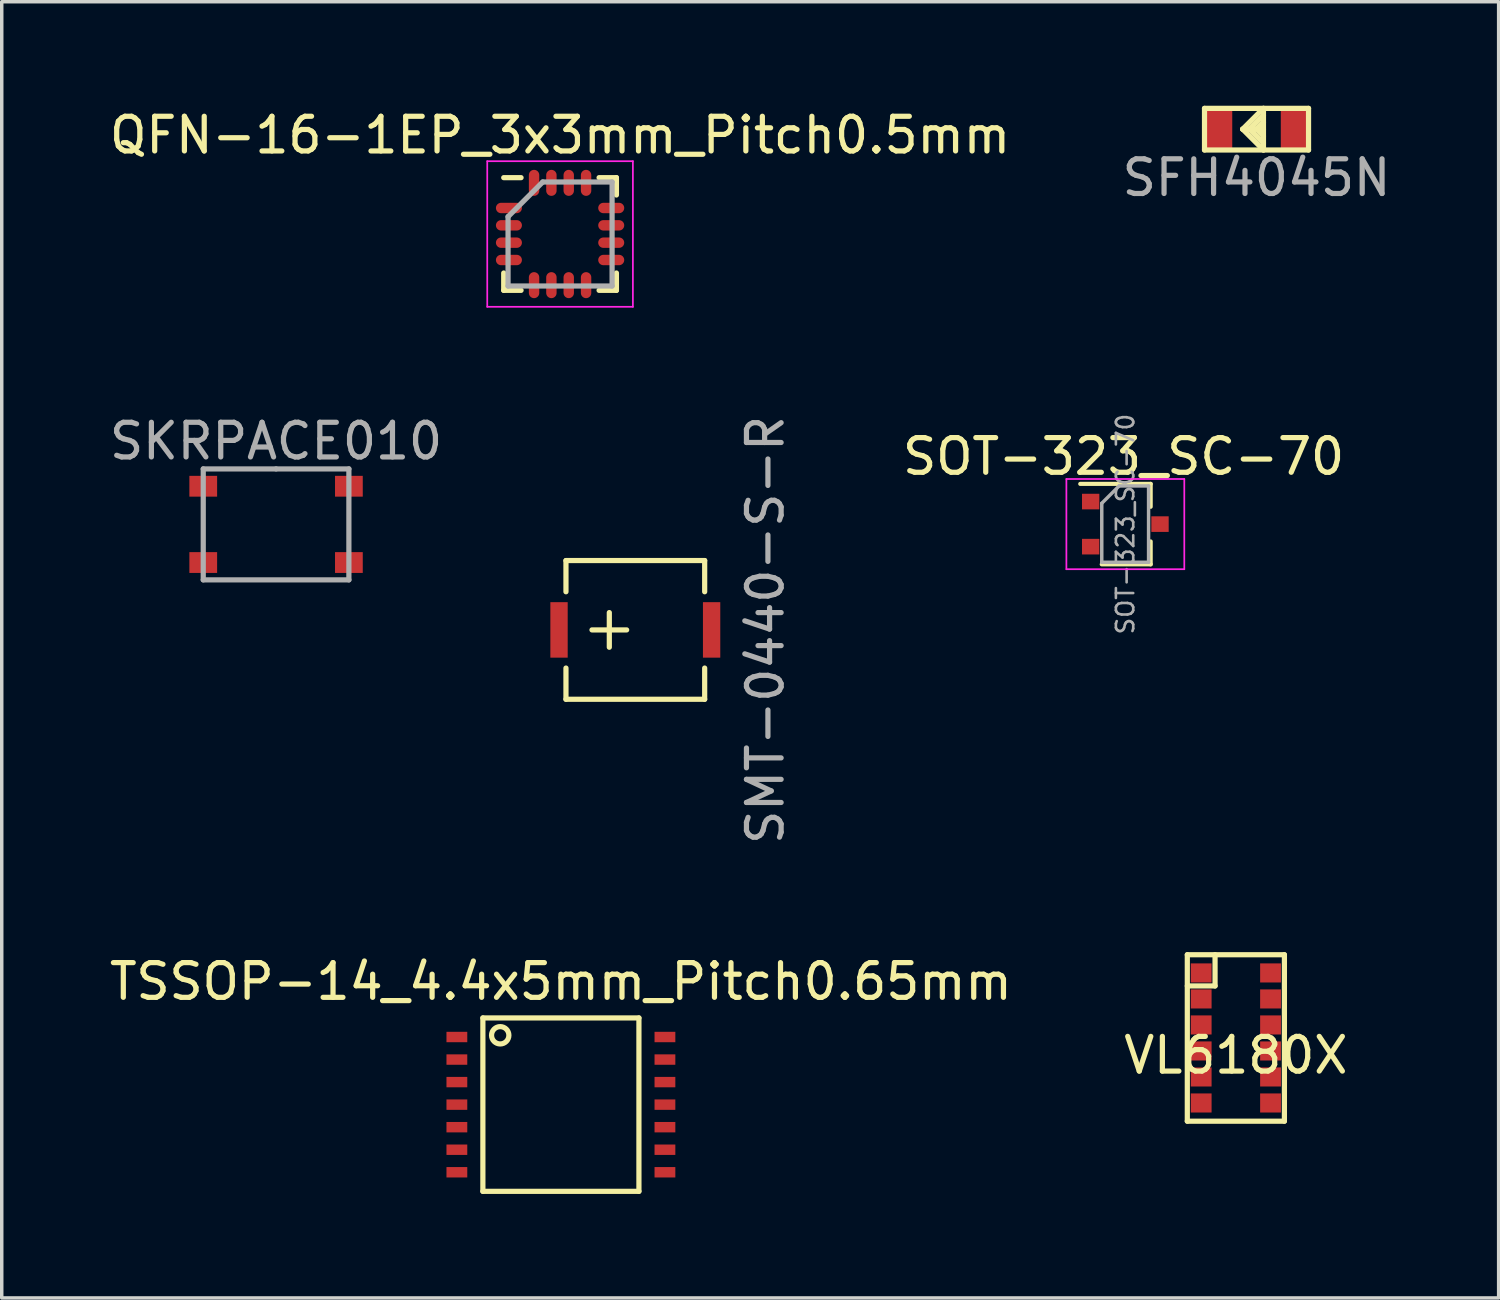
<source format=kicad_pcb>
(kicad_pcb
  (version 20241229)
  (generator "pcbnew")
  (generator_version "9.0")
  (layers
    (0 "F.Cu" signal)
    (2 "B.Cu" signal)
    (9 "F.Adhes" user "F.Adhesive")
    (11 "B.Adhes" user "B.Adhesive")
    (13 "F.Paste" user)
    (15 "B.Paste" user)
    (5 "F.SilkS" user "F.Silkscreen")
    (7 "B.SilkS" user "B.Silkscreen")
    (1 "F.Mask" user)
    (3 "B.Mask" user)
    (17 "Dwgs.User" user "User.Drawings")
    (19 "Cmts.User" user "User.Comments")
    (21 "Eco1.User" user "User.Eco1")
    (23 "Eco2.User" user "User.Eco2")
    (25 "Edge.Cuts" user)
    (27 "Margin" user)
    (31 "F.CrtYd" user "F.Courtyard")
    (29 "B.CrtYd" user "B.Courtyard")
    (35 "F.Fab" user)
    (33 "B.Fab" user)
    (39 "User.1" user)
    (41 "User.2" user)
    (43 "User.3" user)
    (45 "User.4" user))
  (footprint "SKRPACE010"
    (layer "F.Cu")
    (at 4.911 12.072)
    (property "Reference" "SKRPACE010" (at 0 -2.4 0) (layer "F.Fab") (effects (font (size 1 1) (thickness 0.15))))
    (attr through_hole)
    (fp_line (start -2.1 -1.6) (end -2.1 1.6) (stroke (width 0.15) (type solid)) (layer "F.Fab"))
    (fp_line (start -2.1 1.6) (end 2.1 1.6) (stroke (width 0.15) (type solid)) (layer "F.Fab"))
    (fp_line (start 0 -1.6) (end -2.1 -1.6) (stroke (width 0.15) (type solid)) (layer "F.Fab"))
    (fp_line (start 2.1 -1.6) (end 0 -1.6) (stroke (width 0.15) (type solid)) (layer "F.Fab"))
    (fp_line (start 2.1 1.6) (end 2.1 -1.6) (stroke (width 0.15) (type solid)) (layer "F.Fab"))
    (pad "1" smd rect (at -2.1 -1.1) (size 0.8 0.6) (layers "F.Cu" "F.Mask" "F.Paste"))
    (pad "1" smd rect (at 2.1 -1.1) (size 0.8 0.6) (layers "F.Cu" "F.Mask" "F.Paste"))
    (pad "2" smd rect (at -2.1 1.1) (size 0.8 0.6) (layers "F.Cu" "F.Mask" "F.Paste"))
    (pad "2" smd rect (at 2.1 1.1) (size 0.8 0.6) (layers "F.Cu" "F.Mask" "F.Paste")))
  (footprint "VL6180X"
    (layer "F.Cu")
    (at 32.589 26.882)
    (property "Reference" "VL6180X" (at 0 0.5 0) (layer "F.SilkS") (effects (font (size 1 1) (thickness 0.15))))
    (attr through_hole)
    (fp_line (start -1.4 -2.4) (end 1.4 -2.4) (stroke (width 0.15) (type solid)) (layer "F.SilkS"))
    (fp_line (start -1.4 -1.5) (end -0.6 -1.5) (stroke (width 0.15) (type solid)) (layer "F.SilkS"))
    (fp_line (start -1.4 2.4) (end -1.4 -2.4) (stroke (width 0.15) (type solid)) (layer "F.SilkS"))
    (fp_line (start -0.6 -1.5) (end -0.6 -2.4) (stroke (width 0.15) (type solid)) (layer "F.SilkS"))
    (fp_line (start 1.4 -2.4) (end 1.4 2.4) (stroke (width 0.15) (type solid)) (layer "F.SilkS"))
    (fp_line (start 1.4 2.4) (end -1.4 2.4) (stroke (width 0.15) (type solid)) (layer "F.SilkS"))
    (pad "1" smd rect (at -1 -1.875) (size 0.6 0.55) (layers "F.Cu" "F.Mask" "F.Paste"))
    (pad "2" smd rect (at -1 -1.125) (size 0.6 0.55) (layers "F.Cu" "F.Mask" "F.Paste"))
    (pad "3" smd rect (at -1 -0.375) (size 0.6 0.55) (layers "F.Cu" "F.Mask" "F.Paste"))
    (pad "4" smd rect (at -1 0.375) (size 0.6 0.55) (layers "F.Cu" "F.Mask" "F.Paste"))
    (pad "5" smd rect (at -1 1.125) (size 0.6 0.55) (layers "F.Cu" "F.Mask" "F.Paste"))
    (pad "6" smd rect (at -1 1.875) (size 0.6 0.55) (layers "F.Cu" "F.Mask" "F.Paste"))
    (pad "7" smd rect (at 1 1.875) (size 0.6 0.55) (layers "F.Cu" "F.Mask" "F.Paste"))
    (pad "8" smd rect (at 1 1.125) (size 0.6 0.55) (layers "F.Cu" "F.Mask" "F.Paste"))
    (pad "9" smd rect (at 1 0.375) (size 0.6 0.55) (layers "F.Cu" "F.Mask" "F.Paste"))
    (pad "10" smd rect (at 1 -0.375) (size 0.6 0.55) (layers "F.Cu" "F.Mask" "F.Paste"))
    (pad "11" smd rect (at 1 -1.125) (size 0.6 0.55) (layers "F.Cu" "F.Mask" "F.Paste"))
    (pad "12" smd rect (at 1 -1.875) (size 0.6 0.55) (layers "F.Cu" "F.Mask" "F.Paste")))
  (footprint "QFN-16-1EP_3x3mm_Pitch0.5mm"
    (layer "F.Cu")
    (at 13.101 3.698)
    (property "Reference" "QFN-16-1EP_3x3mm_Pitch0.5mm" (at 0 -2.85 0) (layer "F.SilkS") (effects (font (size 1 1) (thickness 0.15))))
    (attr smd)
    (fp_line (start -1.625 -1.625) (end -1.125 -1.625) (stroke (width 0.15) (type solid)) (layer "F.SilkS"))
    (fp_line (start -1.625 1.625) (end -1.625 1.125) (stroke (width 0.15) (type solid)) (layer "F.SilkS"))
    (fp_line (start -1.625 1.625) (end -1.125 1.625) (stroke (width 0.15) (type solid)) (layer "F.SilkS"))
    (fp_line (start 1.625 -1.625) (end 1.125 -1.625) (stroke (width 0.15) (type solid)) (layer "F.SilkS"))
    (fp_line (start 1.625 -1.625) (end 1.625 -1.125) (stroke (width 0.15) (type solid)) (layer "F.SilkS"))
    (fp_line (start 1.625 1.625) (end 1.125 1.625) (stroke (width 0.15) (type solid)) (layer "F.SilkS"))
    (fp_line (start 1.625 1.625) (end 1.625 1.125) (stroke (width 0.15) (type solid)) (layer "F.SilkS"))
    (fp_line (start -2.1 -2.1) (end -2.1 2.1) (stroke (width 0.05) (type solid)) (layer "F.CrtYd"))
    (fp_line (start -2.1 -2.1) (end 2.1 -2.1) (stroke (width 0.05) (type solid)) (layer "F.CrtYd"))
    (fp_line (start -2.1 2.1) (end 2.1 2.1) (stroke (width 0.05) (type solid)) (layer "F.CrtYd"))
    (fp_line (start 2.1 -2.1) (end 2.1 2.1) (stroke (width 0.05) (type solid)) (layer "F.CrtYd"))
    (fp_line (start -1.5 -0.5) (end -0.5 -1.5) (stroke (width 0.15) (type solid)) (layer "F.Fab"))
    (fp_line (start -1.5 1.5) (end -1.5 -0.5) (stroke (width 0.15) (type solid)) (layer "F.Fab"))
    (fp_line (start -0.5 -1.5) (end 1.5 -1.5) (stroke (width 0.15) (type solid)) (layer "F.Fab"))
    (fp_line (start 1.5 -1.5) (end 1.5 1.5) (stroke (width 0.15) (type solid)) (layer "F.Fab"))
    (fp_line (start 1.5 1.5) (end -1.5 1.5) (stroke (width 0.15) (type solid)) (layer "F.Fab"))
    (pad "1" smd oval (at -1.475 -0.75) (size 0.75 0.3) (layers "F.Cu" "F.Mask" "F.Paste"))
    (pad "2" smd oval (at -1.475 -0.25) (size 0.75 0.3) (layers "F.Cu" "F.Mask" "F.Paste"))
    (pad "3" smd oval (at -1.475 0.25) (size 0.75 0.3) (layers "F.Cu" "F.Mask" "F.Paste"))
    (pad "4" smd oval (at -1.475 0.75) (size 0.75 0.3) (layers "F.Cu" "F.Mask" "F.Paste"))
    (pad "5" smd oval (at -0.75 1.475 90) (size 0.75 0.3) (layers "F.Cu" "F.Mask" "F.Paste"))
    (pad "6" smd oval (at -0.25 1.475 90) (size 0.75 0.3) (layers "F.Cu" "F.Mask" "F.Paste"))
    (pad "7" smd oval (at 0.25 1.475 90) (size 0.75 0.3) (layers "F.Cu" "F.Mask" "F.Paste"))
    (pad "8" smd oval (at 0.75 1.475 90) (size 0.75 0.3) (layers "F.Cu" "F.Mask" "F.Paste"))
    (pad "9" smd oval (at 1.475 0.75) (size 0.75 0.3) (layers "F.Cu" "F.Mask" "F.Paste"))
    (pad "10" smd oval (at 1.475 0.25) (size 0.75 0.3) (layers "F.Cu" "F.Mask" "F.Paste"))
    (pad "11" smd oval (at 1.475 -0.25) (size 0.75 0.3) (layers "F.Cu" "F.Mask" "F.Paste"))
    (pad "12" smd oval (at 1.475 -0.75) (size 0.75 0.3) (layers "F.Cu" "F.Mask" "F.Paste"))
    (pad "13" smd oval (at 0.75 -1.475 90) (size 0.75 0.3) (layers "F.Cu" "F.Mask" "F.Paste"))
    (pad "14" smd oval (at 0.25 -1.475 90) (size 0.75 0.3) (layers "F.Cu" "F.Mask" "F.Paste"))
    (pad "15" smd oval (at -0.25 -1.475 90) (size 0.75 0.3) (layers "F.Cu" "F.Mask" "F.Paste"))
    (pad "16" smd oval (at -0.75 -1.475 90) (size 0.75 0.3) (layers "F.Cu" "F.Mask" "F.Paste")))
  (footprint "SMT-0440-S-R"
    (layer "F.Cu")
    (at 15.271 15.115)
    (property "Reference" "SMT-0440-S-R" (at 3.75 0 90) (layer "F.Fab") (effects (font (size 1 1) (thickness 0.15))))
    (attr through_hole)
    (fp_line (start -2 -2) (end 2 -2) (stroke (width 0.15) (type solid)) (layer "F.SilkS"))
    (fp_line (start -2 -1.1) (end -2 -2) (stroke (width 0.15) (type solid)) (layer "F.SilkS"))
    (fp_line (start -2 2) (end -2 1.1) (stroke (width 0.15) (type solid)) (layer "F.SilkS"))
    (fp_line (start -1.25 0) (end -0.25 0) (stroke (width 0.15) (type solid)) (layer "F.SilkS"))
    (fp_line (start -0.75 -0.5) (end -0.75 0.5) (stroke (width 0.15) (type solid)) (layer "F.SilkS"))
    (fp_line (start 2 -2) (end 2 -1.1) (stroke (width 0.15) (type solid)) (layer "F.SilkS"))
    (fp_line (start 2 1.1) (end 2 2) (stroke (width 0.15) (type solid)) (layer "F.SilkS"))
    (fp_line (start 2 2) (end -2 2) (stroke (width 0.15) (type solid)) (layer "F.SilkS"))
    (pad "1" smd rect (at -2.2 0) (size 0.5 1.6) (layers "F.Cu" "F.Mask" "F.Paste"))
    (pad "2" smd rect (at 2.2 0) (size 0.5 1.6) (layers "F.Cu" "F.Mask" "F.Paste")))
  (footprint "TSSOP-14_4.4x5mm_Pitch0.65mm"
    (layer "F.Cu")
    (at 13.125 28.805)
    (property "Reference" "TSSOP-14_4.4x5mm_Pitch0.65mm" (at 0 -3.55 0) (layer "F.SilkS") (effects (font (size 1 1) (thickness 0.15))))
    (attr smd)
    (fp_line (start -2.25 -2.5) (end -2.25 2.5) (stroke (width 0.15) (type solid)) (layer "F.SilkS"))
    (fp_line (start -2.25 2.5) (end 2.25 2.5) (stroke (width 0.15) (type solid)) (layer "F.SilkS"))
    (fp_line (start 2.25 -2.5) (end -2.25 -2.5) (stroke (width 0.15) (type solid)) (layer "F.SilkS"))
    (fp_line (start 2.25 2.5) (end 2.25 -2.5) (stroke (width 0.15) (type solid)) (layer "F.SilkS"))
    (fp_circle (center -1.75 -2) (end -1.75 -2.25) (stroke (width 0.15) (type solid)) (fill no) (layer "F.SilkS"))
    (pad "1" smd rect (at -3 -1.95) (size 0.6 0.3) (layers "F.Cu" "F.Mask" "F.Paste"))
    (pad "2" smd rect (at -3 -1.3) (size 0.6 0.3) (layers "F.Cu" "F.Mask" "F.Paste"))
    (pad "3" smd rect (at -3 -0.65) (size 0.6 0.3) (layers "F.Cu" "F.Mask" "F.Paste"))
    (pad "4" smd rect (at -3 0) (size 0.6 0.3) (layers "F.Cu" "F.Mask" "F.Paste"))
    (pad "5" smd rect (at -3 0.65) (size 0.6 0.3) (layers "F.Cu" "F.Mask" "F.Paste"))
    (pad "6" smd rect (at -3 1.3) (size 0.6 0.3) (layers "F.Cu" "F.Mask" "F.Paste"))
    (pad "7" smd rect (at -3 1.95) (size 0.6 0.3) (layers "F.Cu" "F.Mask" "F.Paste"))
    (pad "8" smd rect (at 3 1.95) (size 0.6 0.3) (layers "F.Cu" "F.Mask" "F.Paste"))
    (pad "9" smd rect (at 3 1.3) (size 0.6 0.3) (layers "F.Cu" "F.Mask" "F.Paste"))
    (pad "10" smd rect (at 3 0.65) (size 0.6 0.3) (layers "F.Cu" "F.Mask" "F.Paste"))
    (pad "11" smd rect (at 3 0) (size 0.6 0.3) (layers "F.Cu" "F.Mask" "F.Paste"))
    (pad "12" smd rect (at 3 -0.65) (size 0.6 0.3) (layers "F.Cu" "F.Mask" "F.Paste"))
    (pad "13" smd rect (at 3 -1.3) (size 0.6 0.3) (layers "F.Cu" "F.Mask" "F.Paste"))
    (pad "14" smd rect (at 3 -1.95) (size 0.6 0.3) (layers "F.Cu" "F.Mask" "F.Paste")))
  (footprint "SOT-323_SC-70"
    (layer "F.Cu")
    (at 29.402 12.064)
    (property "Reference" "SOT-323_SC-70" (at -0.05 -1.95 0) (layer "F.SilkS") (effects (font (size 1 1) (thickness 0.15))))
    (attr smd)
    (fp_line (start -0.68 1.16) (end 0.73 1.16) (stroke (width 0.12) (type solid)) (layer "F.SilkS"))
    (fp_line (start 0.73 -1.16) (end -1.3 -1.16) (stroke (width 0.12) (type solid)) (layer "F.SilkS"))
    (fp_line (start 0.73 -1.16) (end 0.73 -0.5) (stroke (width 0.12) (type solid)) (layer "F.SilkS"))
    (fp_line (start 0.73 0.5) (end 0.73 1.16) (stroke (width 0.12) (type solid)) (layer "F.SilkS"))
    (fp_line (start -1.7 -1.3) (end 1.7 -1.3) (stroke (width 0.05) (type solid)) (layer "F.CrtYd"))
    (fp_line (start -1.7 1.3) (end -1.7 -1.3) (stroke (width 0.05) (type solid)) (layer "F.CrtYd"))
    (fp_line (start 1.7 -1.3) (end 1.7 1.3) (stroke (width 0.05) (type solid)) (layer "F.CrtYd"))
    (fp_line (start 1.7 1.3) (end -1.7 1.3) (stroke (width 0.05) (type solid)) (layer "F.CrtYd"))
    (fp_line (start -0.68 -0.6) (end -0.68 1.1) (stroke (width 0.1) (type solid)) (layer "F.Fab"))
    (fp_line (start -0.18 -1.1) (end -0.68 -0.6) (stroke (width 0.1) (type solid)) (layer "F.Fab"))
    (fp_line (start 0.67 -1.1) (end -0.18 -1.1) (stroke (width 0.1) (type solid)) (layer "F.Fab"))
    (fp_line (start 0.67 -1.1) (end 0.67 1.1) (stroke (width 0.1) (type solid)) (layer "F.Fab"))
    (fp_line (start 0.67 1.1) (end -0.68 1.1) (stroke (width 0.1) (type solid)) (layer "F.Fab"))
    (fp_text user "${REFERENCE}" (at 0 0 90) (layer "F.Fab") (effects (font (size 0.5 0.5) (thickness 0.075))))
    (pad "1" smd rect (at -1 -0.65 270) (size 0.45 0.5) (layers "F.Cu" "F.Mask" "F.Paste"))
    (pad "2" smd rect (at -1 0.65 270) (size 0.45 0.5) (layers "F.Cu" "F.Mask" "F.Paste"))
    (pad "3" smd rect (at 1 0 270) (size 0.45 0.5) (layers "F.Cu" "F.Mask" "F.Paste")))
  (footprint "SFH4045N"
    (layer "F.Cu")
    (at 33.185 0.675)
    (property "Reference" "SFH4045N" (at 0 1.4 0) (layer "F.Fab") (effects (font (size 1 1) (thickness 0.15))))
    (attr through_hole)
    (fp_line (start -1.5 -0.6) (end -1.5 0.6) (stroke (width 0.15) (type solid)) (layer "F.SilkS"))
    (fp_line (start -1.5 0.6) (end 1.5 0.6) (stroke (width 0.15) (type solid)) (layer "F.SilkS"))
    (fp_line (start -0.4 0) (end 0.2 0.6) (stroke (width 0.15) (type solid)) (layer "F.SilkS"))
    (fp_line (start -0.2 0) (end 0.2 0.4) (stroke (width 0.15) (type solid)) (layer "F.SilkS"))
    (fp_line (start 0 0) (end 0.2 0.2) (stroke (width 0.15) (type solid)) (layer "F.SilkS"))
    (fp_line (start 0.2 -0.6) (end -0.4 0) (stroke (width 0.15) (type solid)) (layer "F.SilkS"))
    (fp_line (start 0.2 -0.6) (end 0.2 0.6) (stroke (width 0.15) (type solid)) (layer "F.SilkS"))
    (fp_line (start 0.2 -0.4) (end -0.2 0) (stroke (width 0.15) (type solid)) (layer "F.SilkS"))
    (fp_line (start 0.2 -0.2) (end 0 0) (stroke (width 0.15) (type solid)) (layer "F.SilkS"))
    (fp_line (start 0.2 0) (end -0.4 0) (stroke (width 0.15) (type solid)) (layer "F.SilkS"))
    (fp_line (start 1.5 -0.6) (end -1.5 -0.6) (stroke (width 0.15) (type solid)) (layer "F.SilkS"))
    (fp_line (start 1.5 0.6) (end 1.5 -0.6) (stroke (width 0.15) (type solid)) (layer "F.SilkS"))
    (pad "1" smd rect (at -1.1 0) (size 0.8 1.2) (layers "F.Cu" "F.Mask" "F.Paste"))
    (pad "2" smd rect (at 1.1 0) (size 0.8 1.2) (layers "F.Cu" "F.Mask" "F.Paste")))
  (gr_rect
    (start -3 -3)
    (end 40.167 34.38)
    (stroke (width 0.1) (type default))
    (fill no)
    (layer "Edge.Cuts")))
</source>
